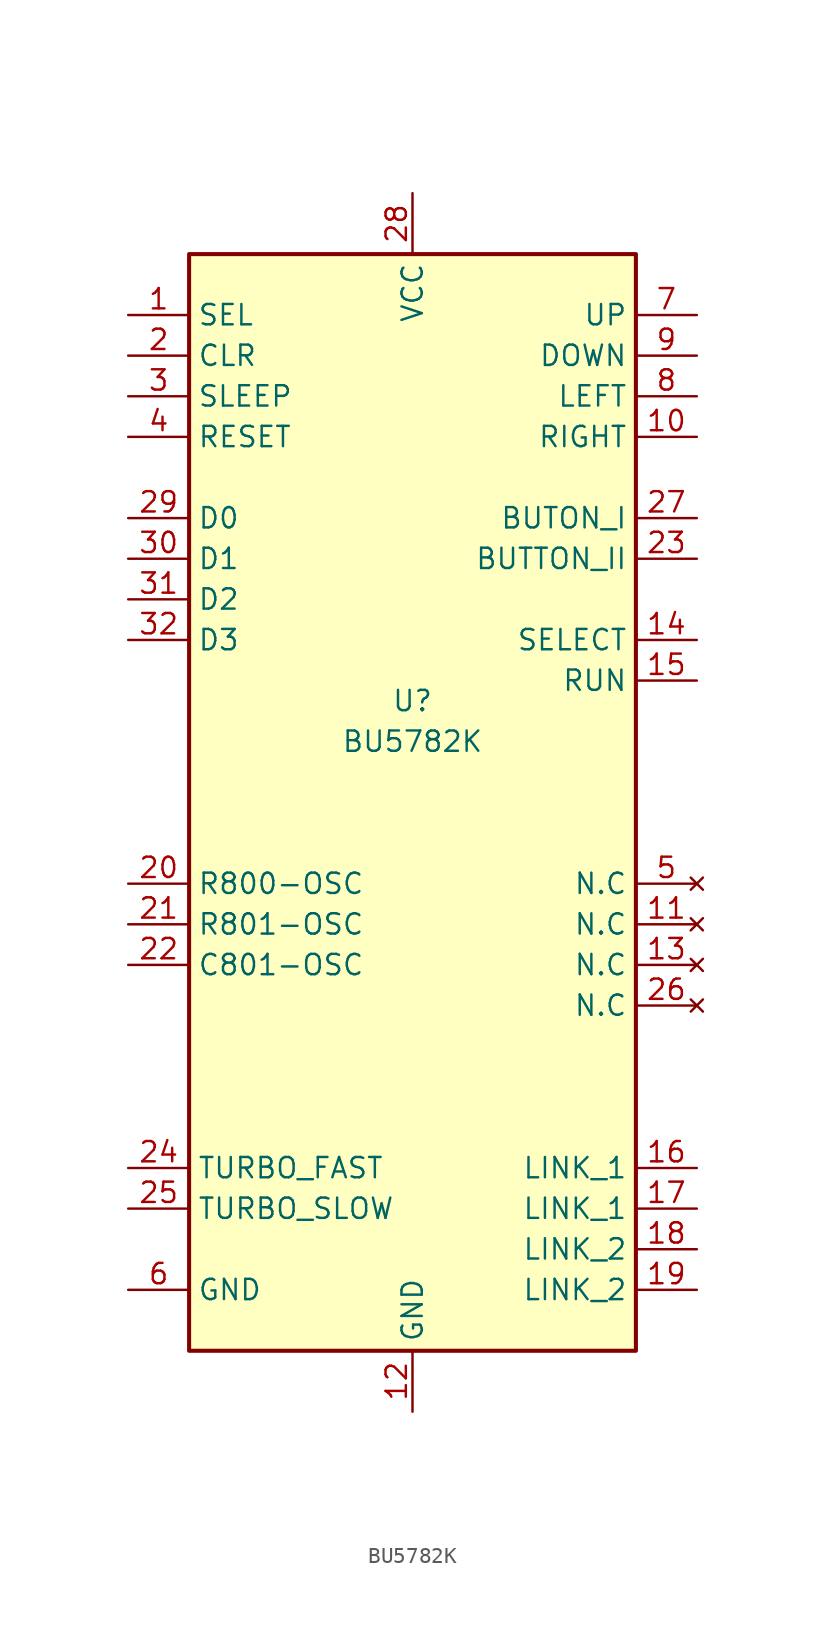
<source format=kicad_sym>
(kicad_symbol_lib
  (version 20220914)
  (generator kicad_symbol_editor)
  (symbol "BU5782K"
    (property "Reference" "U"
      (at 0 2.54 0)
      (effects (font (size 1.27 1.27))))
    (property "Value" "BU5782K"
      (at 0 0 0)
      (effects (font (size 1.27 1.27))))
    (symbol "BU5782K_1_1"
      (rectangle (start -13.97 30.48) (end 13.97 -38.1) (stroke (width 0.254) (type default)) (fill (type background)))
      (pin input line (at -17.78 26.67 0) (length 3.81) (name "SEL" (effects (font (size 1.27 1.27)))) (number "1" (effects (font (size 1.27 1.27)))))
      (pin input line (at 17.78 19.05 180) (length 3.81) (name "RIGHT" (effects (font (size 1.27 1.27)))) (number "10" (effects (font (size 1.27 1.27)))))
      (pin no_connect line (at 17.78 -11.43 180) (length 3.81) (name "N.C" (effects (font (size 1.27 1.27)))) (number "11" (effects (font (size 1.27 1.27)))))
      (pin power_in line (at 0 -41.91 90) (length 3.81) (name "GND" (effects (font (size 1.27 1.27)))) (number "12" (effects (font (size 1.27 1.27)))))
      (pin no_connect line (at 17.78 -13.97 180) (length 3.81) (name "N.C" (effects (font (size 1.27 1.27)))) (number "13" (effects (font (size 1.27 1.27)))))
      (pin input line (at 17.78 6.35 180) (length 3.81) (name "SELECT" (effects (font (size 1.27 1.27)))) (number "14" (effects (font (size 1.27 1.27)))))
      (pin input line (at 17.78 3.81 180) (length 3.81) (name "RUN" (effects (font (size 1.27 1.27)))) (number "15" (effects (font (size 1.27 1.27)))))
      (pin input line (at 17.78 -26.67 180) (length 3.81) (name "LINK_1" (effects (font (size 1.27 1.27)))) (number "16" (effects (font (size 1.27 1.27)))))
      (pin output line (at 17.78 -29.21 180) (length 3.81) (name "LINK_1" (effects (font (size 1.27 1.27)))) (number "17" (effects (font (size 1.27 1.27)))))
      (pin input line (at 17.78 -31.75 180) (length 3.81) (name "LINK_2" (effects (font (size 1.27 1.27)))) (number "18" (effects (font (size 1.27 1.27)))))
      (pin output line (at 17.78 -34.29 180) (length 3.81) (name "LINK_2" (effects (font (size 1.27 1.27)))) (number "19" (effects (font (size 1.27 1.27)))))
      (pin input line (at -17.78 24.13 0) (length 3.81) (name "CLR" (effects (font (size 1.27 1.27)))) (number "2" (effects (font (size 1.27 1.27)))))
      (pin input line (at -17.78 -8.89 0) (length 3.81) (name "R800-OSC" (effects (font (size 1.27 1.27)))) (number "20" (effects (font (size 1.27 1.27)))))
      (pin input line (at -17.78 -11.43 0) (length 3.81) (name "R801-OSC" (effects (font (size 1.27 1.27)))) (number "21" (effects (font (size 1.27 1.27)))))
      (pin input line (at -17.78 -13.97 0) (length 3.81) (name "C801-OSC" (effects (font (size 1.27 1.27)))) (number "22" (effects (font (size 1.27 1.27)))))
      (pin input line (at 17.78 11.43 180) (length 3.81) (name "BUTTON_II" (effects (font (size 1.27 1.27)))) (number "23" (effects (font (size 1.27 1.27)))))
      (pin output line (at -17.78 -26.67 0) (length 3.81) (name "TURBO_FAST" (effects (font (size 1.27 1.27)))) (number "24" (effects (font (size 1.27 1.27)))))
      (pin output line (at -17.78 -29.21 0) (length 3.81) (name "TURBO_SLOW" (effects (font (size 1.27 1.27)))) (number "25" (effects (font (size 1.27 1.27)))))
      (pin no_connect line (at 17.78 -16.51 180) (length 3.81) (name "N.C" (effects (font (size 1.27 1.27)))) (number "26" (effects (font (size 1.27 1.27)))))
      (pin input line (at 17.78 13.97 180) (length 3.81) (name "BUTON_I" (effects (font (size 1.27 1.27)))) (number "27" (effects (font (size 1.27 1.27)))))
      (pin power_in line (at 0 34.29 270) (length 3.81) (name "VCC" (effects (font (size 1.27 1.27)))) (number "28" (effects (font (size 1.27 1.27)))))
      (pin output line (at -17.78 13.97 0) (length 3.81) (name "D0" (effects (font (size 1.27 1.27)))) (number "29" (effects (font (size 1.27 1.27)))))
      (pin output line (at -17.78 21.59 0) (length 3.81) (name "SLEEP" (effects (font (size 1.27 1.27)))) (number "3" (effects (font (size 1.27 1.27)))))
      (pin output line (at -17.78 11.43 0) (length 3.81) (name "D1" (effects (font (size 1.27 1.27)))) (number "30" (effects (font (size 1.27 1.27)))))
      (pin output line (at -17.78 8.89 0) (length 3.81) (name "D2" (effects (font (size 1.27 1.27)))) (number "31" (effects (font (size 1.27 1.27)))))
      (pin output line (at -17.78 6.35 0) (length 3.81) (name "D3" (effects (font (size 1.27 1.27)))) (number "32" (effects (font (size 1.27 1.27)))))
      (pin input line (at -17.78 19.05 0) (length 3.81) (name "RESET" (effects (font (size 1.27 1.27)))) (number "4" (effects (font (size 1.27 1.27)))))
      (pin no_connect line (at 17.78 -8.89 180) (length 3.81) (name "N.C" (effects (font (size 1.27 1.27)))) (number "5" (effects (font (size 1.27 1.27)))))
      (pin input line (at -17.78 -34.29 0) (length 3.81) (name "GND" (effects (font (size 1.27 1.27)))) (number "6" (effects (font (size 1.27 1.27)))))
      (pin input line (at 17.78 26.67 180) (length 3.81) (name "UP" (effects (font (size 1.27 1.27)))) (number "7" (effects (font (size 1.27 1.27)))))
      (pin input line (at 17.78 21.59 180) (length 3.81) (name "LEFT" (effects (font (size 1.27 1.27)))) (number "8" (effects (font (size 1.27 1.27)))))
      (pin input line (at 17.78 24.13 180) (length 3.81) (name "DOWN" (effects (font (size 1.27 1.27)))) (number "9" (effects (font (size 1.27 1.27))))))))
</source>
